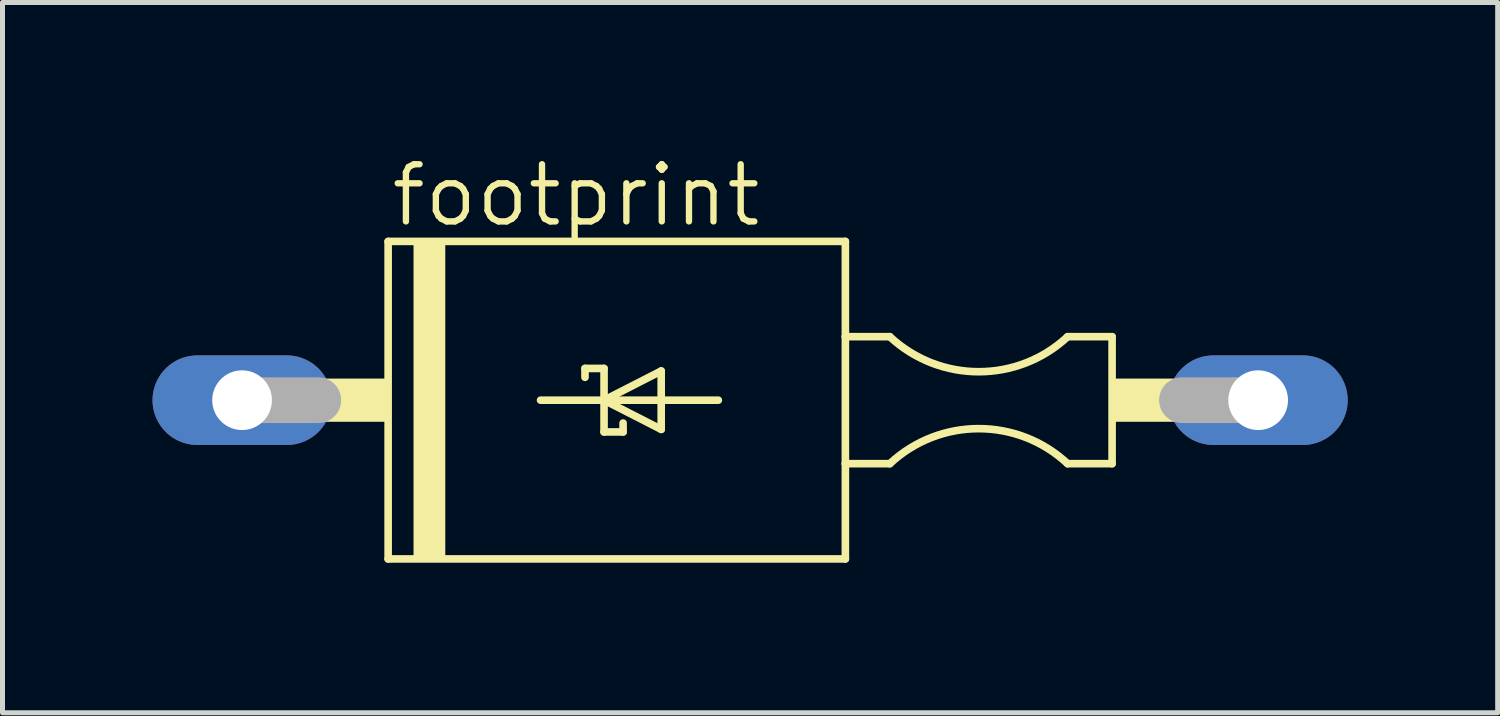
<source format=kicad_pcb>
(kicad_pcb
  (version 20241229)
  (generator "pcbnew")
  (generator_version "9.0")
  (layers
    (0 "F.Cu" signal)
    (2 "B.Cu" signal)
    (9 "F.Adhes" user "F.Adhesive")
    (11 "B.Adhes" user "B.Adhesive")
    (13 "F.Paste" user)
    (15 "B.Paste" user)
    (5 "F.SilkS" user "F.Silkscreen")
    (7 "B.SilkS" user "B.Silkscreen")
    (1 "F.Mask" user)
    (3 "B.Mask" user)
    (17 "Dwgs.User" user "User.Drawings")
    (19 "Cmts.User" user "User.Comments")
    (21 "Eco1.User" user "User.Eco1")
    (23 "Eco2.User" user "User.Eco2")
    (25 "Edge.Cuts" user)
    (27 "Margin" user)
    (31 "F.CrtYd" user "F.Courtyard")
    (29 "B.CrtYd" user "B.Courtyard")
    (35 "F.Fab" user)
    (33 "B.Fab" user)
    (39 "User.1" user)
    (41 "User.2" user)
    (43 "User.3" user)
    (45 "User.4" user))
  (footprint "footprint"
    (layer "F.Cu")
    (at 11.951 4.953)
    (property "Reference" "footprint" (at -7.239 -3.429 0) (layer "F.SilkS") (effects (font (size 1.143 1.143) (thickness 0.127)) (justify left bottom)))
    (fp_line (start -7.239 -3.175) (end -7.239 3.175) (stroke (width 0.152) (type solid)) (layer "F.SilkS"))
    (fp_line (start -7.239 3.175) (end 1.905 3.175) (stroke (width 0.152) (type solid)) (layer "F.SilkS"))
    (fp_line (start -4.191 0) (end -2.921 0) (stroke (width 0.152) (type solid)) (layer "F.SilkS"))
    (fp_line (start -3.302 -0.635) (end -2.921 -0.635) (stroke (width 0.152) (type solid)) (layer "F.SilkS"))
    (fp_line (start -3.302 -0.457) (end -3.302 -0.635) (stroke (width 0.152) (type solid)) (layer "F.SilkS"))
    (fp_line (start -2.921 -0.635) (end -2.921 0) (stroke (width 0.152) (type solid)) (layer "F.SilkS"))
    (fp_line (start -2.921 0) (end -1.778 -0.584) (stroke (width 0.152) (type solid)) (layer "F.SilkS"))
    (fp_line (start -2.921 0) (end -0.635 0) (stroke (width 0.152) (type solid)) (layer "F.SilkS"))
    (fp_line (start -2.921 0.635) (end -2.921 0) (stroke (width 0.152) (type solid)) (layer "F.SilkS"))
    (fp_line (start -2.54 0.457) (end -2.54 0.635) (stroke (width 0.152) (type solid)) (layer "F.SilkS"))
    (fp_line (start -2.54 0.635) (end -2.921 0.635) (stroke (width 0.152) (type solid)) (layer "F.SilkS"))
    (fp_line (start -1.778 -0.584) (end -1.778 0.584) (stroke (width 0.152) (type solid)) (layer "F.SilkS"))
    (fp_line (start -1.778 0.584) (end -2.921 0) (stroke (width 0.152) (type solid)) (layer "F.SilkS"))
    (fp_line (start 1.905 -3.175) (end -7.239 -3.175) (stroke (width 0.152) (type solid)) (layer "F.SilkS"))
    (fp_line (start 1.905 -1.27) (end 1.905 -3.175) (stroke (width 0.152) (type solid)) (layer "F.SilkS"))
    (fp_line (start 1.905 1.27) (end 1.905 -1.27) (stroke (width 0.152) (type solid)) (layer "F.SilkS"))
    (fp_line (start 1.905 1.27) (end 2.794 1.27) (stroke (width 0.152) (type solid)) (layer "F.SilkS"))
    (fp_line (start 1.905 3.175) (end 1.905 1.27) (stroke (width 0.152) (type solid)) (layer "F.SilkS"))
    (fp_line (start 2.794 -1.27) (end 1.905 -1.27) (stroke (width 0.152) (type solid)) (layer "F.SilkS"))
    (fp_line (start 6.35 1.27) (end 7.239 1.27) (stroke (width 0.152) (type solid)) (layer "F.SilkS"))
    (fp_line (start 7.239 -1.27) (end 6.35 -1.27) (stroke (width 0.152) (type solid)) (layer "F.SilkS"))
    (fp_line (start 7.239 1.27) (end 7.239 -1.27) (stroke (width 0.152) (type solid)) (layer "F.SilkS"))
    (fp_arc (start 2.794 1.27) (mid 4.571999 0.569178) (end 6.349999 1.269999) (stroke (width 0.1524) (type solid)) (layer "F.SilkS"))
    (fp_arc (start 6.349999 -1.269999) (mid 4.571999 -0.569178) (end 2.794 -1.27) (stroke (width 0.1524) (type solid)) (layer "F.SilkS"))
    (fp_poly (pts (xy -8.712 0.432) (xy -7.239 0.432) (xy -7.239 -0.432) (xy -8.712 -0.432)) (stroke (width 0) (type solid)) (fill yes) (layer "F.SilkS"))
    (fp_poly (pts (xy -6.731 3.175) (xy -6.096 3.175) (xy -6.096 -3.175) (xy -6.731 -3.175)) (stroke (width 0) (type solid)) (fill yes) (layer "F.SilkS"))
    (fp_poly (pts (xy 7.239 0.432) (xy 8.712 0.432) (xy 8.712 -0.432) (xy 7.239 -0.432)) (stroke (width 0) (type solid)) (fill yes) (layer "F.SilkS"))
    (fp_line (start -8.636 0) (end -10.16 0) (stroke (width 0.914) (type solid)) (layer "F.Fab"))
    (fp_line (start 10.16 0) (end 8.636 0) (stroke (width 0.914) (type solid)) (layer "F.Fab"))
    (pad "A" thru_hole oval (at 10.16 0) (size 3.581 1.791) (drill 1.194) (layers "*.Cu" "*.Mask"))
    (pad "C" thru_hole oval (at -10.16 0) (size 3.581 1.791) (drill 1.194) (layers "*.Cu" "*.Mask")))
  (gr_rect
    (start -3 -3)
    (end 26.901 11.204)
    (stroke (width 0.1) (type default))
    (fill no)
    (layer "Edge.Cuts")))
</source>
